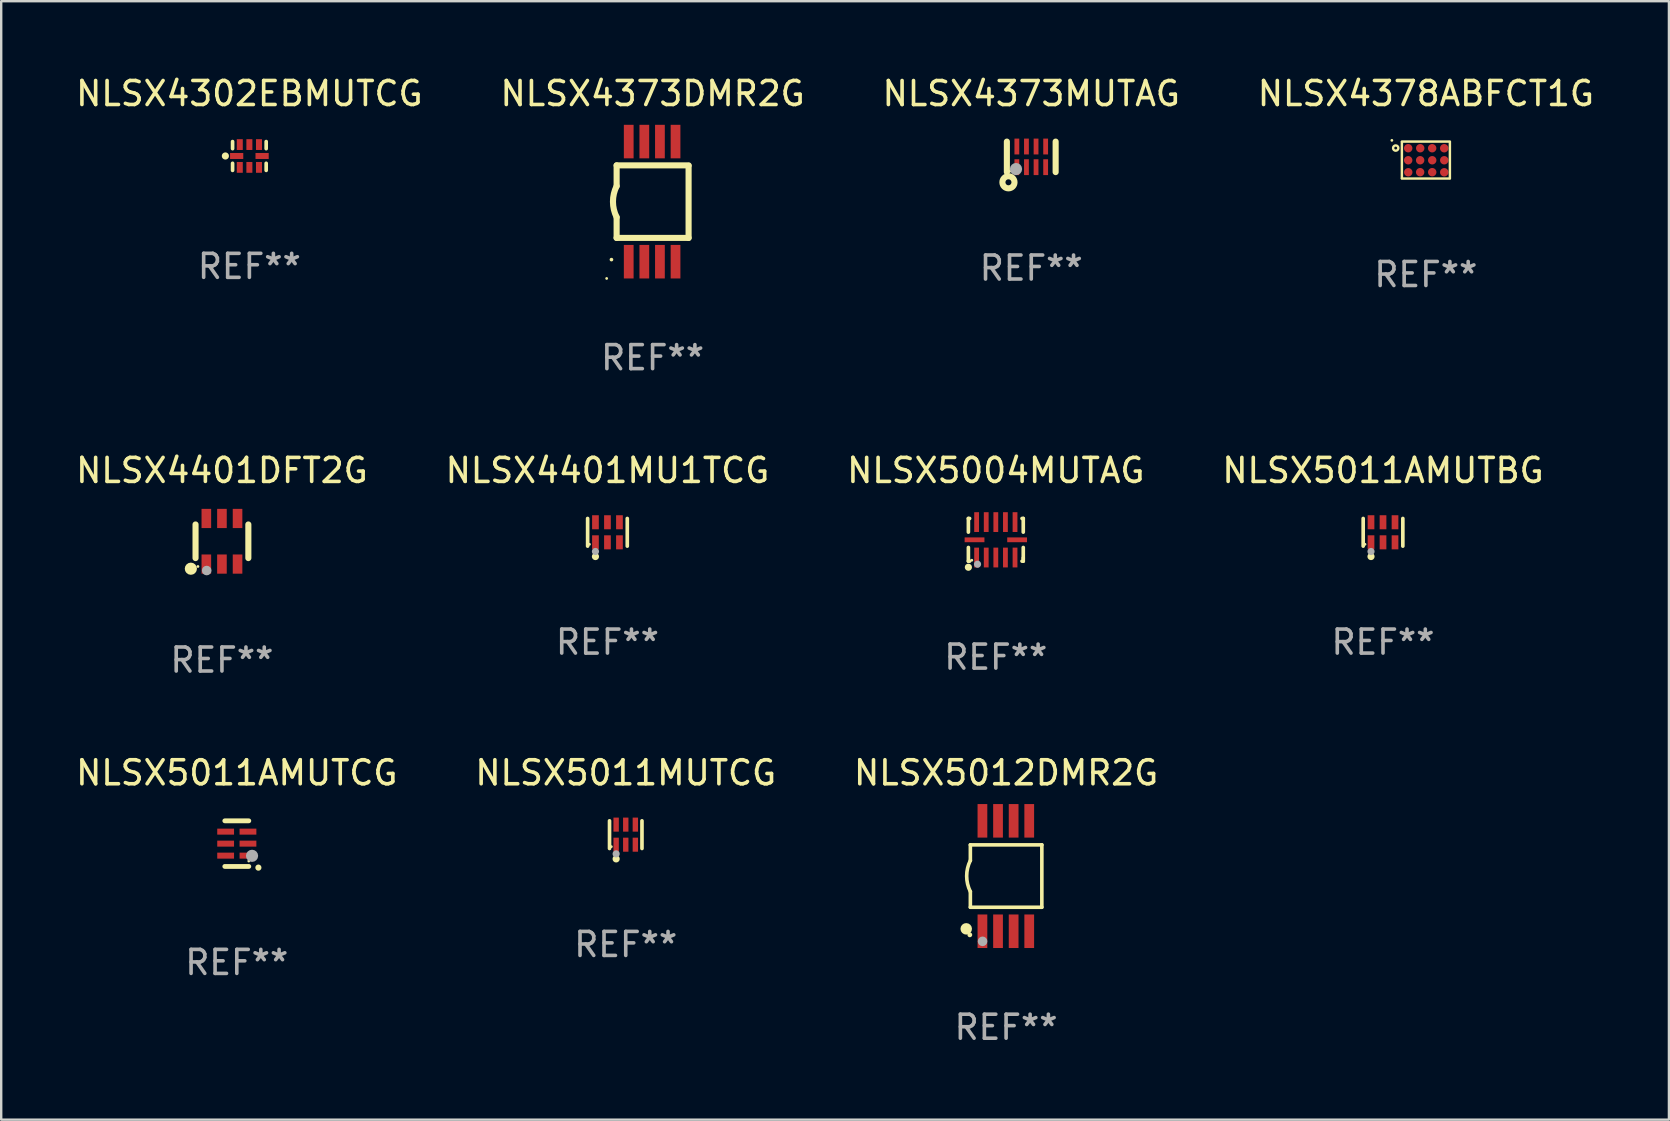
<source format=kicad_pcb>
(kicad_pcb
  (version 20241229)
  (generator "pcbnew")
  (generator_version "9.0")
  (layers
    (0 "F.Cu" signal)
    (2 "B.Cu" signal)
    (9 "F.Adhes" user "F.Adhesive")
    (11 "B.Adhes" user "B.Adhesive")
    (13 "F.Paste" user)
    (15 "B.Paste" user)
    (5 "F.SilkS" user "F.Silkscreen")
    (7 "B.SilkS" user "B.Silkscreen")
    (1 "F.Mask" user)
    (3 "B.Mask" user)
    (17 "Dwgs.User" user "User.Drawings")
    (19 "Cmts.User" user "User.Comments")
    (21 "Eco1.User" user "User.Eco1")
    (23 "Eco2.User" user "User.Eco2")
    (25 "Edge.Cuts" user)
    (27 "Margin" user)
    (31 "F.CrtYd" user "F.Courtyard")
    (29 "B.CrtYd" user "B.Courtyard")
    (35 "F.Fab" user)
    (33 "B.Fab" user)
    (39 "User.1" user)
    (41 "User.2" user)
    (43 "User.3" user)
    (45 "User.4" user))
  (footprint "NLSX5011MUTCG"
    (layer "F.Cu")
    (at 23.018 31.721)
    (property "Reference" "NLSX5011MUTCG" (at 0 -2.576 0) (layer "F.SilkS") (effects (font (size 1 1) (thickness 0.15))))
    (attr through_hole)
    (fp_line (start -0.676 0.576) (end -0.676 -0.576) (stroke (width 0.152) (type solid)) (layer "F.SilkS"))
    (fp_line (start 0.676 0.576) (end 0.676 -0.576) (stroke (width 0.152) (type solid)) (layer "F.SilkS"))
    (fp_circle (center -0.6 0.5) (end -0.57 0.5) (stroke (width 0.06) (type solid)) (fill no) (layer "F.SilkS"))
    (fp_circle (center -0.4 1.01) (end -0.325 1.01) (stroke (width 0.15) (type solid)) (fill no) (layer "F.SilkS"))
    (fp_circle (center -0.4 0.8) (end -0.325 0.8) (stroke (width 0.15) (type solid)) (fill no) (layer "F.Fab"))
    (fp_text user "REF**" (at 0 4.576 0) (layer "F.Fab") (effects (font (size 1 1) (thickness 0.15))))
    (pad "1" smd rect (at -0.4 0.418) (size 0.224 0.585) (layers "F.Cu" "F.Mask" "F.Paste"))
    (pad "2" smd rect (at 0 0.418) (size 0.224 0.585) (layers "F.Cu" "F.Mask" "F.Paste"))
    (pad "3" smd rect (at 0.4 0.418) (size 0.224 0.585) (layers "F.Cu" "F.Mask" "F.Paste"))
    (pad "4" smd rect (at 0.4 -0.418) (size 0.224 0.585) (layers "F.Cu" "F.Mask" "F.Paste"))
    (pad "5" smd rect (at 0 -0.418) (size 0.224 0.585) (layers "F.Cu" "F.Mask" "F.Paste"))
    (pad "6" smd rect (at -0.4 -0.418) (size 0.224 0.585) (layers "F.Cu" "F.Mask" "F.Paste")))
  (footprint "NLSX5012DMR2G"
    (layer "F.Cu")
    (at 38.863 33.445)
    (property "Reference" "NLSX5012DMR2G" (at 0 -4.3 0) (layer "F.SilkS") (effects (font (size 1 1) (thickness 0.15))))
    (attr through_hole)
    (fp_line (start -1.489 -1.3) (end -1.489 -0.648) (stroke (width 0.15) (type solid)) (layer "F.SilkS"))
    (fp_line (start -1.489 0.648) (end -1.489 1.3) (stroke (width 0.15) (type solid)) (layer "F.SilkS"))
    (fp_line (start -1.489 1.3) (end 1.489 1.3) (stroke (width 0.15) (type solid)) (layer "F.SilkS"))
    (fp_line (start 1.489 -1.3) (end -1.489 -1.3) (stroke (width 0.15) (type solid)) (layer "F.SilkS"))
    (fp_line (start 1.489 1.3) (end 1.489 -1.3) (stroke (width 0.15) (type solid)) (layer "F.SilkS"))
    (fp_arc (start -1.489205 0.647702) (mid -1.642107 0) (end -1.489205 -0.647701) (stroke (width 0.150013) (type solid)) (layer "F.SilkS"))
    (fp_circle (center -1.661 2.2) (end -1.541 2.2) (stroke (width 0.24) (type solid)) (fill no) (layer "F.SilkS"))
    (fp_circle (center -1.511 2.45) (end -1.461 2.45) (stroke (width 0.1) (type solid)) (fill no) (layer "F.SilkS"))
    (fp_circle (center -0.981 2.72) (end -0.881 2.72) (stroke (width 0.2) (type solid)) (fill no) (layer "F.Fab"))
    (fp_text user "REF**" (at 0 6.3 0) (layer "F.Fab") (effects (font (size 1 1) (thickness 0.15))))
    (pad "1" smd rect (at -0.986 2.3) (size 0.406 1.397) (layers "F.Cu" "F.Mask" "F.Paste"))
    (pad "2" smd rect (at -0.336 2.3) (size 0.406 1.397) (layers "F.Cu" "F.Mask" "F.Paste"))
    (pad "3" smd rect (at 0.314 2.3) (size 0.406 1.397) (layers "F.Cu" "F.Mask" "F.Paste"))
    (pad "4" smd rect (at 0.964 2.3) (size 0.406 1.397) (layers "F.Cu" "F.Mask" "F.Paste"))
    (pad "5" smd rect (at 0.964 -2.3) (size 0.406 1.397) (layers "F.Cu" "F.Mask" "F.Paste"))
    (pad "6" smd rect (at 0.314 -2.3) (size 0.406 1.397) (layers "F.Cu" "F.Mask" "F.Paste"))
    (pad "7" smd rect (at -0.336 -2.3) (size 0.406 1.397) (layers "F.Cu" "F.Mask" "F.Paste"))
    (pad "8" smd rect (at -0.986 -2.3) (size 0.406 1.397) (layers "F.Cu" "F.Mask" "F.Paste")))
  (footprint "NLSX4401MU1TCG"
    (layer "F.Cu")
    (at 22.256 19.125)
    (property "Reference" "NLSX4401MU1TCG" (at 0 -2.576 0) (layer "F.SilkS") (effects (font (size 1 1) (thickness 0.15))))
    (attr through_hole)
    (fp_line (start -0.826 0.576) (end -0.826 -0.576) (stroke (width 0.152) (type solid)) (layer "F.SilkS"))
    (fp_line (start 0.826 0.576) (end 0.826 -0.576) (stroke (width 0.152) (type solid)) (layer "F.SilkS"))
    (fp_circle (center -0.75 0.5) (end -0.72 0.5) (stroke (width 0.06) (type solid)) (fill no) (layer "F.SilkS"))
    (fp_circle (center -0.5 1.01) (end -0.425 1.01) (stroke (width 0.15) (type solid)) (fill no) (layer "F.SilkS"))
    (fp_circle (center -0.5 0.8) (end -0.425 0.8) (stroke (width 0.15) (type solid)) (fill no) (layer "F.Fab"))
    (fp_text user "REF**" (at 0 4.576 0) (layer "F.Fab") (effects (font (size 1 1) (thickness 0.15))))
    (pad "1" smd rect (at -0.5 0.418) (size 0.28 0.585) (layers "F.Cu" "F.Mask" "F.Paste"))
    (pad "2" smd rect (at 0 0.418) (size 0.28 0.585) (layers "F.Cu" "F.Mask" "F.Paste"))
    (pad "3" smd rect (at 0.5 0.418) (size 0.28 0.585) (layers "F.Cu" "F.Mask" "F.Paste"))
    (pad "4" smd rect (at 0.5 -0.418) (size 0.28 0.585) (layers "F.Cu" "F.Mask" "F.Paste"))
    (pad "5" smd rect (at 0 -0.418) (size 0.28 0.585) (layers "F.Cu" "F.Mask" "F.Paste"))
    (pad "6" smd rect (at -0.5 -0.418) (size 0.28 0.585) (layers "F.Cu" "F.Mask" "F.Paste")))
  (footprint "NLSX4378ABFCT1G"
    (layer "F.Cu")
    (at 56.351 3.618)
    (property "Reference" "NLSX4378ABFCT1G" (at 0 -2.77 0) (layer "F.SilkS") (effects (font (size 1 1) (thickness 0.15))))
    (attr through_hole)
    (fp_line (start -1 -0.77) (end 1 -0.77) (stroke (width 0.102) (type solid)) (layer "F.SilkS"))
    (fp_line (start -1 0.75) (end -1 -0.75) (stroke (width 0.102) (type solid)) (layer "F.SilkS"))
    (fp_line (start -1 0.77) (end 1 0.77) (stroke (width 0.102) (type solid)) (layer "F.SilkS"))
    (fp_line (start 1 0.75) (end 1 -0.75) (stroke (width 0.102) (type solid)) (layer "F.SilkS"))
    (fp_circle (center -1.417 -0.821) (end -1.387 -0.821) (stroke (width 0.06) (type solid)) (fill no) (layer "F.SilkS"))
    (fp_circle (center -1.257 -0.5) (end -1.147 -0.5) (stroke (width 0.1) (type solid)) (fill no) (layer "F.SilkS"))
    (fp_text user "REF**" (at 0 4.77 0) (layer "F.Fab") (effects (font (size 1 1) (thickness 0.15))))
    (pad "A1" smd circle (at -0.737 -0.493) (size 0.35 0.35) (layers "F.Cu" "F.Mask" "F.Paste"))
    (pad "A2" smd circle (at -0.236 -0.493) (size 0.35 0.35) (layers "F.Cu" "F.Mask" "F.Paste"))
    (pad "A3" smd circle (at 0.262 -0.493) (size 0.35 0.35) (layers "F.Cu" "F.Mask" "F.Paste"))
    (pad "A4" smd circle (at 0.763 -0.492) (size 0.35 0.35) (layers "F.Cu" "F.Mask" "F.Paste"))
    (pad "B1" smd circle (at -0.737 0.008) (size 0.35 0.35) (layers "F.Cu" "F.Mask" "F.Paste"))
    (pad "B2" smd circle (at -0.239 0.008) (size 0.35 0.35) (layers "F.Cu" "F.Mask" "F.Paste"))
    (pad "B3" smd circle (at 0.264 0.008) (size 0.35 0.35) (layers "F.Cu" "F.Mask" "F.Paste"))
    (pad "B4" smd circle (at 0.765 0.008) (size 0.35 0.35) (layers "F.Cu" "F.Mask" "F.Paste"))
    (pad "C1" smd circle (at -0.734 0.508) (size 0.35 0.35) (layers "F.Cu" "F.Mask" "F.Paste"))
    (pad "C2" smd circle (at -0.239 0.505) (size 0.35 0.35) (layers "F.Cu" "F.Mask" "F.Paste"))
    (pad "C3" smd circle (at 0.264 0.505) (size 0.35 0.35) (layers "F.Cu" "F.Mask" "F.Paste"))
    (pad "C4" smd circle (at 0.765 0.508) (size 0.35 0.35) (layers "F.Cu" "F.Mask" "F.Paste")))
  (footprint "NLSX4373MUTAG"
    (layer "F.Cu")
    (at 39.911 3.484)
    (property "Reference" "NLSX4373MUTAG" (at 0 -2.635 0) (layer "F.SilkS") (effects (font (size 1 1) (thickness 0.15))))
    (attr through_hole)
    (fp_line (start -1.016 0.635) (end -1.016 -0.635) (stroke (width 0.254) (type solid)) (layer "F.SilkS"))
    (fp_line (start 1.016 0.635) (end 1.016 -0.635) (stroke (width 0.254) (type solid)) (layer "F.SilkS"))
    (fp_circle (center -0.95 1.06) (end -0.825 1.06) (stroke (width 0.254) (type solid)) (fill no) (layer "F.SilkS"))
    (fp_circle (center -0.9 0.601) (end -0.87 0.601) (stroke (width 0.06) (type solid)) (fill no) (layer "F.SilkS"))
    (fp_circle (center -0.635 0.509) (end -0.508 0.509) (stroke (width 0.254) (type solid)) (fill no) (layer "F.Fab"))
    (fp_text user "REF**" (at 0 4.635 0) (layer "F.Fab") (effects (font (size 1 1) (thickness 0.15))))
    (pad "1" smd rect (at -0.6 0.43 180) (size 0.2 0.66) (layers "F.Cu" "F.Mask" "F.Paste"))
    (pad "2" smd rect (at -0.2 0.43 180) (size 0.2 0.66) (layers "F.Cu" "F.Mask" "F.Paste"))
    (pad "3" smd rect (at 0.2 0.43 180) (size 0.2 0.66) (layers "F.Cu" "F.Mask" "F.Paste"))
    (pad "4" smd rect (at 0.6 0.43 180) (size 0.2 0.66) (layers "F.Cu" "F.Mask" "F.Paste"))
    (pad "5" smd rect (at 0.6 -0.43 180) (size 0.2 0.66) (layers "F.Cu" "F.Mask" "F.Paste"))
    (pad "6" smd rect (at 0.2 -0.43 180) (size 0.2 0.66) (layers "F.Cu" "F.Mask" "F.Paste"))
    (pad "7" smd rect (at -0.2 -0.43 180) (size 0.2 0.66) (layers "F.Cu" "F.Mask" "F.Paste"))
    (pad "8" smd rect (at -0.6 -0.43 180) (size 0.2 0.66) (layers "F.Cu" "F.Mask" "F.Paste")))
  (footprint "NLSX5011AMUTCG"
    (layer "F.Cu")
    (at 6.815 32.095)
    (property "Reference" "NLSX5011AMUTCG" (at 0 -2.95 0) (layer "F.SilkS") (effects (font (size 1 1) (thickness 0.15))))
    (attr through_hole)
    (fp_line (start 0.5 -0.95) (end -0.5 -0.95) (stroke (width 0.2) (type solid)) (layer "F.SilkS"))
    (fp_line (start 0.5 0.95) (end -0.5 0.95) (stroke (width 0.2) (type solid)) (layer "F.SilkS"))
    (fp_arc (start 0.899162 1.000762) (mid 0.899154 0.999492) (end 0.899162 0.998222) (stroke (width 0.254001) (type solid)) (layer "F.SilkS"))
    (fp_circle (center 0.5 0.725) (end 0.53 0.725) (stroke (width 0.06) (type solid)) (fill no) (layer "F.SilkS"))
    (fp_circle (center 0.635 0.508) (end 0.762 0.508) (stroke (width 0.254) (type solid)) (fill no) (layer "F.Fab"))
    (fp_text user "REF**" (at 0 4.95 0) (layer "F.Fab") (effects (font (size 1 1) (thickness 0.15))))
    (pad "1" smd rect (at 0.465 0.5 90) (size 0.25 0.7) (layers "F.Cu" "F.Mask" "F.Paste"))
    (pad "2" smd rect (at 0.465 0.000127 90) (size 0.25 0.7) (layers "F.Cu" "F.Mask" "F.Paste"))
    (pad "3" smd rect (at 0.465 -0.5 90) (size 0.25 0.7) (layers "F.Cu" "F.Mask" "F.Paste"))
    (pad "4" smd rect (at -0.465 -0.5 270) (size 0.25 0.7) (layers "F.Cu" "F.Mask" "F.Paste"))
    (pad "5" smd rect (at -0.465 0.000127 270) (size 0.25 0.7) (layers "F.Cu" "F.Mask" "F.Paste"))
    (pad "6" smd rect (at -0.465 0.5 270) (size 0.25 0.7) (layers "F.Cu" "F.Mask" "F.Paste")))
  (footprint "NLSX4373DMR2G"
    (layer "F.Cu")
    (at 24.137 5.35)
    (property "Reference" "NLSX4373DMR2G" (at 0 -4.502 0) (layer "F.SilkS") (effects (font (size 1 1) (thickness 0.15))))
    (attr through_hole)
    (fp_line (start -1.501 1.511) (end 1.499 1.511) (stroke (width 0.254) (type solid)) (layer "F.SilkS"))
    (fp_line (start -1.499 -1.511) (end 1.501 -1.511) (stroke (width 0.254) (type solid)) (layer "F.SilkS"))
    (fp_line (start -1.499 -0.648) (end -1.499 -1.511) (stroke (width 0.254) (type solid)) (layer "F.SilkS"))
    (fp_line (start -1.499 1.511) (end -1.499 0.648) (stroke (width 0.254) (type solid)) (layer "F.SilkS"))
    (fp_line (start 1.499 1.511) (end 1.499 -1.489) (stroke (width 0.254) (type solid)) (layer "F.SilkS"))
    (fp_arc (start -1.715773 2.415011) (mid -1.714503 2.415005) (end -1.713233 2.415011) (stroke (width 0.150013) (type solid)) (layer "F.SilkS"))
    (fp_arc (start -1.498603 0.647702) (mid -1.651505 0) (end -1.498603 -0.647701) (stroke (width 0.254001) (type solid)) (layer "F.SilkS"))
    (fp_circle (center -1.914 3.2) (end -1.884 3.2) (stroke (width 0.06) (type solid)) (fill no) (layer "F.SilkS"))
    (fp_text user "REF**" (at 0 6.502 0) (layer "F.Fab") (effects (font (size 1 1) (thickness 0.15))))
    (pad "1" smd rect (at -0.995 2.502 90) (size 1.397 0.406) (layers "F.Cu" "F.Mask" "F.Paste"))
    (pad "2" smd rect (at -0.345 2.502 90) (size 1.397 0.406) (layers "F.Cu" "F.Mask" "F.Paste"))
    (pad "3" smd rect (at 0.305 2.502 90) (size 1.397 0.406) (layers "F.Cu" "F.Mask" "F.Paste"))
    (pad "4" smd rect (at 0.955 2.502 90) (size 1.397 0.406) (layers "F.Cu" "F.Mask" "F.Paste"))
    (pad "5" smd rect (at 0.955 -2.502 90) (size 1.397 0.406) (layers "F.Cu" "F.Mask" "F.Paste"))
    (pad "6" smd rect (at 0.305 -2.502 90) (size 1.397 0.406) (layers "F.Cu" "F.Mask" "F.Paste"))
    (pad "7" smd rect (at -0.345 -2.502 90) (size 1.397 0.406) (layers "F.Cu" "F.Mask" "F.Paste"))
    (pad "8" smd rect (at -0.995 -2.502 90) (size 1.397 0.406) (layers "F.Cu" "F.Mask" "F.Paste")))
  (footprint "NLSX5004MUTAG"
    (layer "F.Cu")
    (at 38.435 19.438)
    (property "Reference" "NLSX5004MUTAG" (at 0 -2.889 0) (layer "F.SilkS") (effects (font (size 1 1) (thickness 0.15))))
    (attr through_hole)
    (fp_line (start -1.143 -0.889) (end -1.143 -0.32) (stroke (width 0.152) (type solid)) (layer "F.SilkS"))
    (fp_line (start -1.143 0.32) (end -1.143 0.889) (stroke (width 0.152) (type solid)) (layer "F.SilkS"))
    (fp_line (start -1.143 0.889) (end -1.092 0.889) (stroke (width 0.152) (type solid)) (layer "F.SilkS"))
    (fp_line (start -1.092 -0.889) (end -1.143 -0.889) (stroke (width 0.152) (type solid)) (layer "F.SilkS"))
    (fp_line (start 1.092 0.889) (end 1.143 0.889) (stroke (width 0.152) (type solid)) (layer "F.SilkS"))
    (fp_line (start 1.143 -0.889) (end 1.092 -0.889) (stroke (width 0.152) (type solid)) (layer "F.SilkS"))
    (fp_line (start 1.143 -0.32) (end 1.143 -0.889) (stroke (width 0.152) (type solid)) (layer "F.SilkS"))
    (fp_line (start 1.143 0.762) (end 1.143 0.32) (stroke (width 0.152) (type solid)) (layer "F.SilkS"))
    (fp_line (start 1.143 0.889) (end 1.143 0.762) (stroke (width 0.152) (type solid)) (layer "F.SilkS"))
    (fp_circle (center -1.143 1.143) (end -1.068 1.143) (stroke (width 0.15) (type solid)) (fill no) (layer "F.SilkS"))
    (fp_circle (center -1 0.85) (end -0.97 0.85) (stroke (width 0.06) (type solid)) (fill no) (layer "F.SilkS"))
    (fp_circle (center -0.762 1.016) (end -0.687 1.016) (stroke (width 0.15) (type solid)) (fill no) (layer "F.Fab"))
    (fp_text user "REF**" (at 0 4.889 0) (layer "F.Fab") (effects (font (size 1 1) (thickness 0.15))))
    (pad "1" smd rect (at -0.8 0.738) (size 0.2 0.825) (layers "F.Cu" "F.Mask" "F.Paste"))
    (pad "2" smd rect (at -0.4 0.738) (size 0.2 0.825) (layers "F.Cu" "F.Mask" "F.Paste"))
    (pad "3" smd rect (at 0 0.738) (size 0.2 0.825) (layers "F.Cu" "F.Mask" "F.Paste"))
    (pad "4" smd rect (at 0.4 0.738) (size 0.2 0.825) (layers "F.Cu" "F.Mask" "F.Paste"))
    (pad "5" smd rect (at 0.8 0.738) (size 0.2 0.825) (layers "F.Cu" "F.Mask" "F.Paste"))
    (pad "6" smd rect (at 0.887 0) (size 0.825 0.2) (layers "F.Cu" "F.Mask" "F.Paste"))
    (pad "7" smd rect (at 0.8 -0.738) (size 0.2 0.825) (layers "F.Cu" "F.Mask" "F.Paste"))
    (pad "8" smd rect (at 0.4 -0.738) (size 0.2 0.825) (layers "F.Cu" "F.Mask" "F.Paste"))
    (pad "9" smd rect (at 0 -0.738) (size 0.2 0.825) (layers "F.Cu" "F.Mask" "F.Paste"))
    (pad "10" smd rect (at -0.4 -0.738) (size 0.2 0.825) (layers "F.Cu" "F.Mask" "F.Paste"))
    (pad "11" smd rect (at -0.8 -0.738) (size 0.2 0.825) (layers "F.Cu" "F.Mask" "F.Paste"))
    (pad "12" smd rect (at -0.887 0) (size 0.825 0.2) (layers "F.Cu" "F.Mask" "F.Paste")))
  (footprint "NLSX4401DFT2G"
    (layer "F.Cu")
    (at 6.196 19.499)
    (property "Reference" "NLSX4401DFT2G" (at 0 -2.95 0) (layer "F.SilkS") (effects (font (size 1 1) (thickness 0.15))))
    (attr through_hole)
    (fp_line (start -1.1 -0.7) (end -1.1 0.7) (stroke (width 0.254) (type solid)) (layer "F.SilkS"))
    (fp_line (start 1.1 -0.7) (end 1.1 0.7) (stroke (width 0.254) (type solid)) (layer "F.SilkS"))
    (fp_circle (center -1.295 1.143) (end -1.168 1.143) (stroke (width 0.254) (type solid)) (fill no) (layer "F.SilkS"))
    (fp_circle (center -1 1.05) (end -0.97 1.05) (stroke (width 0.06) (type solid)) (fill no) (layer "F.SilkS"))
    (fp_circle (center -0.635 1.219) (end -0.535 1.219) (stroke (width 0.2) (type solid)) (fill no) (layer "F.Fab"))
    (fp_text user "REF**" (at 0 4.95 0) (layer "F.Fab") (effects (font (size 1 1) (thickness 0.15))))
    (pad "1" smd rect (at -0.65 0.95) (size 0.4 0.8) (layers "F.Cu" "F.Mask" "F.Paste"))
    (pad "2" smd rect (at 0 0.95) (size 0.4 0.8) (layers "F.Cu" "F.Mask" "F.Paste"))
    (pad "3" smd rect (at 0.65 0.95) (size 0.4 0.8) (layers "F.Cu" "F.Mask" "F.Paste"))
    (pad "4" smd rect (at 0.65 -0.95) (size 0.4 0.8) (layers "F.Cu" "F.Mask" "F.Paste"))
    (pad "5" smd rect (at 0 -0.95) (size 0.4 0.8) (layers "F.Cu" "F.Mask" "F.Paste"))
    (pad "6" smd rect (at -0.65 -0.95) (size 0.4 0.8) (layers "F.Cu" "F.Mask" "F.Paste")))
  (footprint "NLSX5011AMUTBG"
    (layer "F.Cu")
    (at 54.565 19.125)
    (property "Reference" "NLSX5011AMUTBG" (at 0 -2.576 0) (layer "F.SilkS") (effects (font (size 1 1) (thickness 0.15))))
    (attr through_hole)
    (fp_line (start -0.826 0.576) (end -0.826 -0.576) (stroke (width 0.152) (type solid)) (layer "F.SilkS"))
    (fp_line (start 0.826 0.576) (end 0.826 -0.576) (stroke (width 0.152) (type solid)) (layer "F.SilkS"))
    (fp_circle (center -0.75 0.5) (end -0.72 0.5) (stroke (width 0.06) (type solid)) (fill no) (layer "F.SilkS"))
    (fp_circle (center -0.5 1.01) (end -0.425 1.01) (stroke (width 0.15) (type solid)) (fill no) (layer "F.SilkS"))
    (fp_circle (center -0.5 0.8) (end -0.425 0.8) (stroke (width 0.15) (type solid)) (fill no) (layer "F.Fab"))
    (fp_text user "REF**" (at 0 4.576 0) (layer "F.Fab") (effects (font (size 1 1) (thickness 0.15))))
    (pad "1" smd rect (at -0.5 0.418) (size 0.28 0.585) (layers "F.Cu" "F.Mask" "F.Paste"))
    (pad "2" smd rect (at 0 0.418) (size 0.28 0.585) (layers "F.Cu" "F.Mask" "F.Paste"))
    (pad "3" smd rect (at 0.5 0.418) (size 0.28 0.585) (layers "F.Cu" "F.Mask" "F.Paste"))
    (pad "4" smd rect (at 0.5 -0.418) (size 0.28 0.585) (layers "F.Cu" "F.Mask" "F.Paste"))
    (pad "5" smd rect (at 0 -0.418) (size 0.28 0.585) (layers "F.Cu" "F.Mask" "F.Paste"))
    (pad "6" smd rect (at -0.5 -0.418) (size 0.28 0.585) (layers "F.Cu" "F.Mask" "F.Paste")))
  (footprint "NLSX4302EBMUTCG"
    (layer "F.Cu")
    (at 7.339 3.448)
    (property "Reference" "NLSX4302EBMUTCG" (at 0 -2.6 0) (layer "F.SilkS") (effects (font (size 1 1) (thickness 0.15))))
    (attr through_hole)
    (fp_line (start -0.7 -0.305) (end -0.7 -0.6) (stroke (width 0.152) (type solid)) (layer "F.SilkS"))
    (fp_line (start -0.7 0.6) (end -0.7 0.305) (stroke (width 0.152) (type solid)) (layer "F.SilkS"))
    (fp_line (start 0.7 -0.6) (end 0.7 -0.305) (stroke (width 0.152) (type solid)) (layer "F.SilkS"))
    (fp_line (start 0.7 0.305) (end 0.7 0.6) (stroke (width 0.152) (type solid)) (layer "F.SilkS"))
    (fp_circle (center -1 0) (end -0.925 0) (stroke (width 0.15) (type solid)) (fill no) (layer "F.SilkS"))
    (fp_text user "REF**" (at 0 4.6 0) (layer "F.Fab") (effects (font (size 1 1) (thickness 0.15))))
    (pad "1" smd rect (at -0.53 0 90) (size 0.25 0.55) (layers "F.Cu" "F.Mask" "F.Paste"))
    (pad "2" smd rect (at -0.4 0.475 90) (size 0.45 0.25) (layers "F.Cu" "F.Mask" "F.Paste"))
    (pad "3" smd rect (at 0 0.475 90) (size 0.45 0.25) (layers "F.Cu" "F.Mask" "F.Paste"))
    (pad "4" smd rect (at 0.4 0.475 90) (size 0.45 0.25) (layers "F.Cu" "F.Mask" "F.Paste"))
    (pad "5" smd rect (at 0.53 0 90) (size 0.25 0.55) (layers "F.Cu" "F.Mask" "F.Paste"))
    (pad "6" smd rect (at 0.4 -0.475 90) (size 0.45 0.25) (layers "F.Cu" "F.Mask" "F.Paste"))
    (pad "7" smd rect (at 0 -0.475 90) (size 0.45 0.25) (layers "F.Cu" "F.Mask" "F.Paste"))
    (pad "8" smd rect (at -0.4 -0.475 90) (size 0.45 0.25) (layers "F.Cu" "F.Mask" "F.Paste")))
  (gr_rect
    (start -3 -3)
    (end 66.476 43.593)
    (stroke (width 0.1) (type default))
    (fill no)
    (layer "Edge.Cuts")))
</source>
